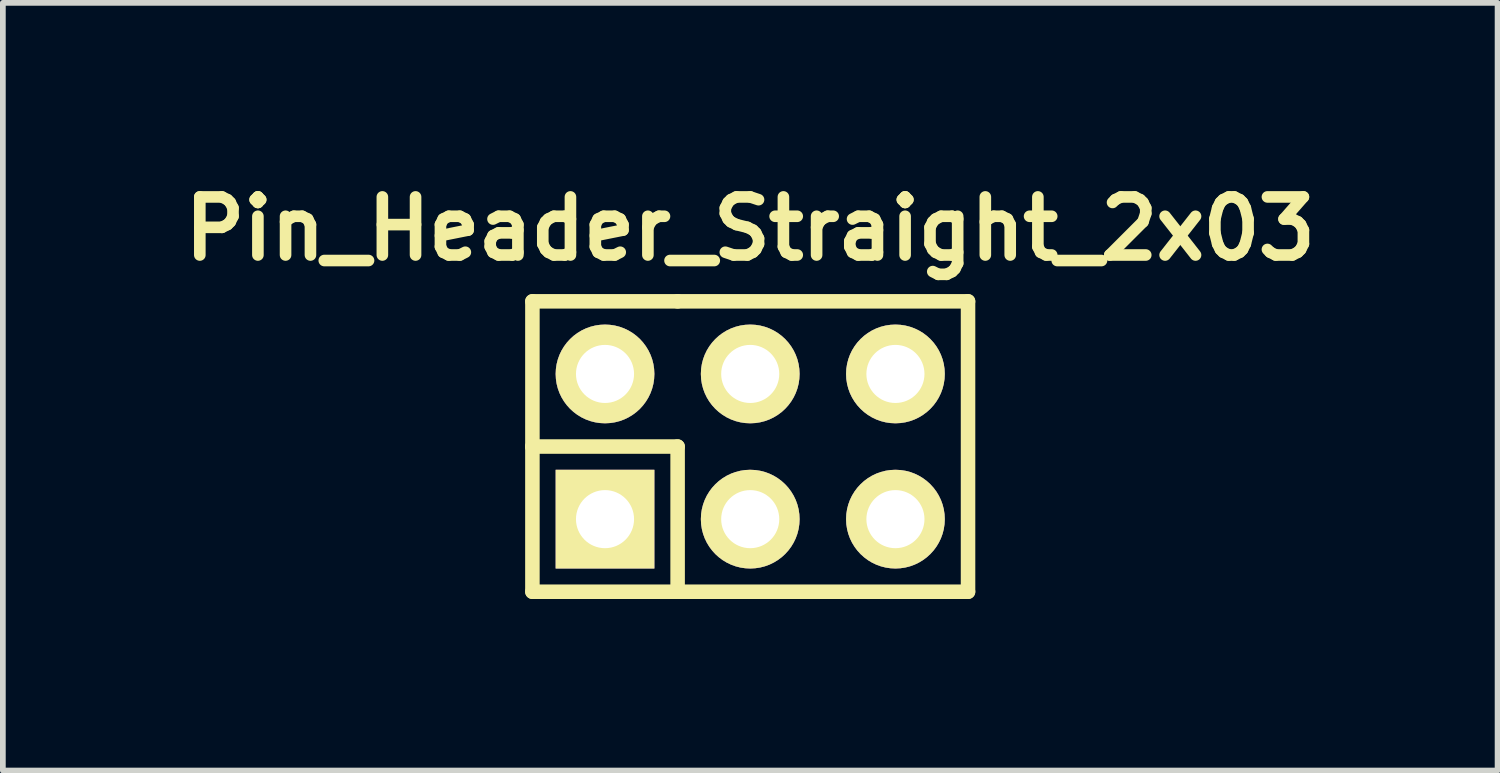
<source format=kicad_pcb>
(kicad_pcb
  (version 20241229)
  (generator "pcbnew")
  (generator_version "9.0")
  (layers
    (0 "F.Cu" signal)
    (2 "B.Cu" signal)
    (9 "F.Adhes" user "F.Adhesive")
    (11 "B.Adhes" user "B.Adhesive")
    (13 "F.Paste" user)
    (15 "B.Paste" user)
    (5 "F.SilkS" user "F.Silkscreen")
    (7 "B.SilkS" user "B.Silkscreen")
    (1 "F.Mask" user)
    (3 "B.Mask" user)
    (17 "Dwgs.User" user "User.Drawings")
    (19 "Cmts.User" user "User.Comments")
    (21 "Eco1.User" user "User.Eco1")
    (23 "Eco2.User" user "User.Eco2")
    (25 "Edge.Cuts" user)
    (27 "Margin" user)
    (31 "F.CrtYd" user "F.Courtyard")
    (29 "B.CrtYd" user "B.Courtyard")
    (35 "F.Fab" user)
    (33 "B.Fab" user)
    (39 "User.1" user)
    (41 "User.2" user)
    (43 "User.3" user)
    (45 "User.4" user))
  (footprint "Pin_Header_Straight_2x03"
    (layer "F.Cu")
    (at 10.073 4.761)
    (property "Reference" "Pin_Header_Straight_2x03" (at 0 -3.81 0) (layer "F.SilkS") (effects (font (size 1.016 1.016) (thickness 0.203))))
    (attr through_hole)
    (fp_line (start -3.81 -2.54) (end -3.81 0) (stroke (width 0.254) (type solid)) (layer "F.SilkS"))
    (fp_line (start -3.81 0) (end -1.27 0) (stroke (width 0.254) (type solid)) (layer "F.SilkS"))
    (fp_line (start -3.81 2.54) (end -3.81 0) (stroke (width 0.254) (type solid)) (layer "F.SilkS"))
    (fp_line (start -3.81 2.54) (end 3.81 2.54) (stroke (width 0.254) (type solid)) (layer "F.SilkS"))
    (fp_line (start -1.27 -2.54) (end -3.81 -2.54) (stroke (width 0.254) (type solid)) (layer "F.SilkS"))
    (fp_line (start -1.27 0) (end -1.27 2.54) (stroke (width 0.254) (type solid)) (layer "F.SilkS"))
    (fp_line (start 3.81 -2.54) (end -1.27 -2.54) (stroke (width 0.254) (type solid)) (layer "F.SilkS"))
    (fp_line (start 3.81 2.54) (end 3.81 -2.54) (stroke (width 0.254) (type solid)) (layer "F.SilkS"))
    (pad "1" thru_hole rect (at -2.54 1.27) (size 1.727 1.727) (drill 1.016) (layers "*.Cu" "*.Mask" "F.SilkS"))
    (pad "2" thru_hole oval (at -2.54 -1.27) (size 1.727 1.727) (drill 1.016) (layers "*.Cu" "*.Mask" "F.SilkS"))
    (pad "3" thru_hole oval (at 0 1.27) (size 1.727 1.727) (drill 1.016) (layers "*.Cu" "*.Mask" "F.SilkS"))
    (pad "4" thru_hole oval (at 0 -1.27) (size 1.727 1.727) (drill 1.016) (layers "*.Cu" "*.Mask" "F.SilkS"))
    (pad "5" thru_hole oval (at 2.54 1.27) (size 1.727 1.727) (drill 1.016) (layers "*.Cu" "*.Mask" "F.SilkS"))
    (pad "6" thru_hole oval (at 2.54 -1.27) (size 1.727 1.727) (drill 1.016) (layers "*.Cu" "*.Mask" "F.SilkS")))
  (gr_rect
    (start -3 -3)
    (end 23.146 10.428)
    (stroke (width 0.1) (type default))
    (fill no)
    (layer "Edge.Cuts")))
</source>
